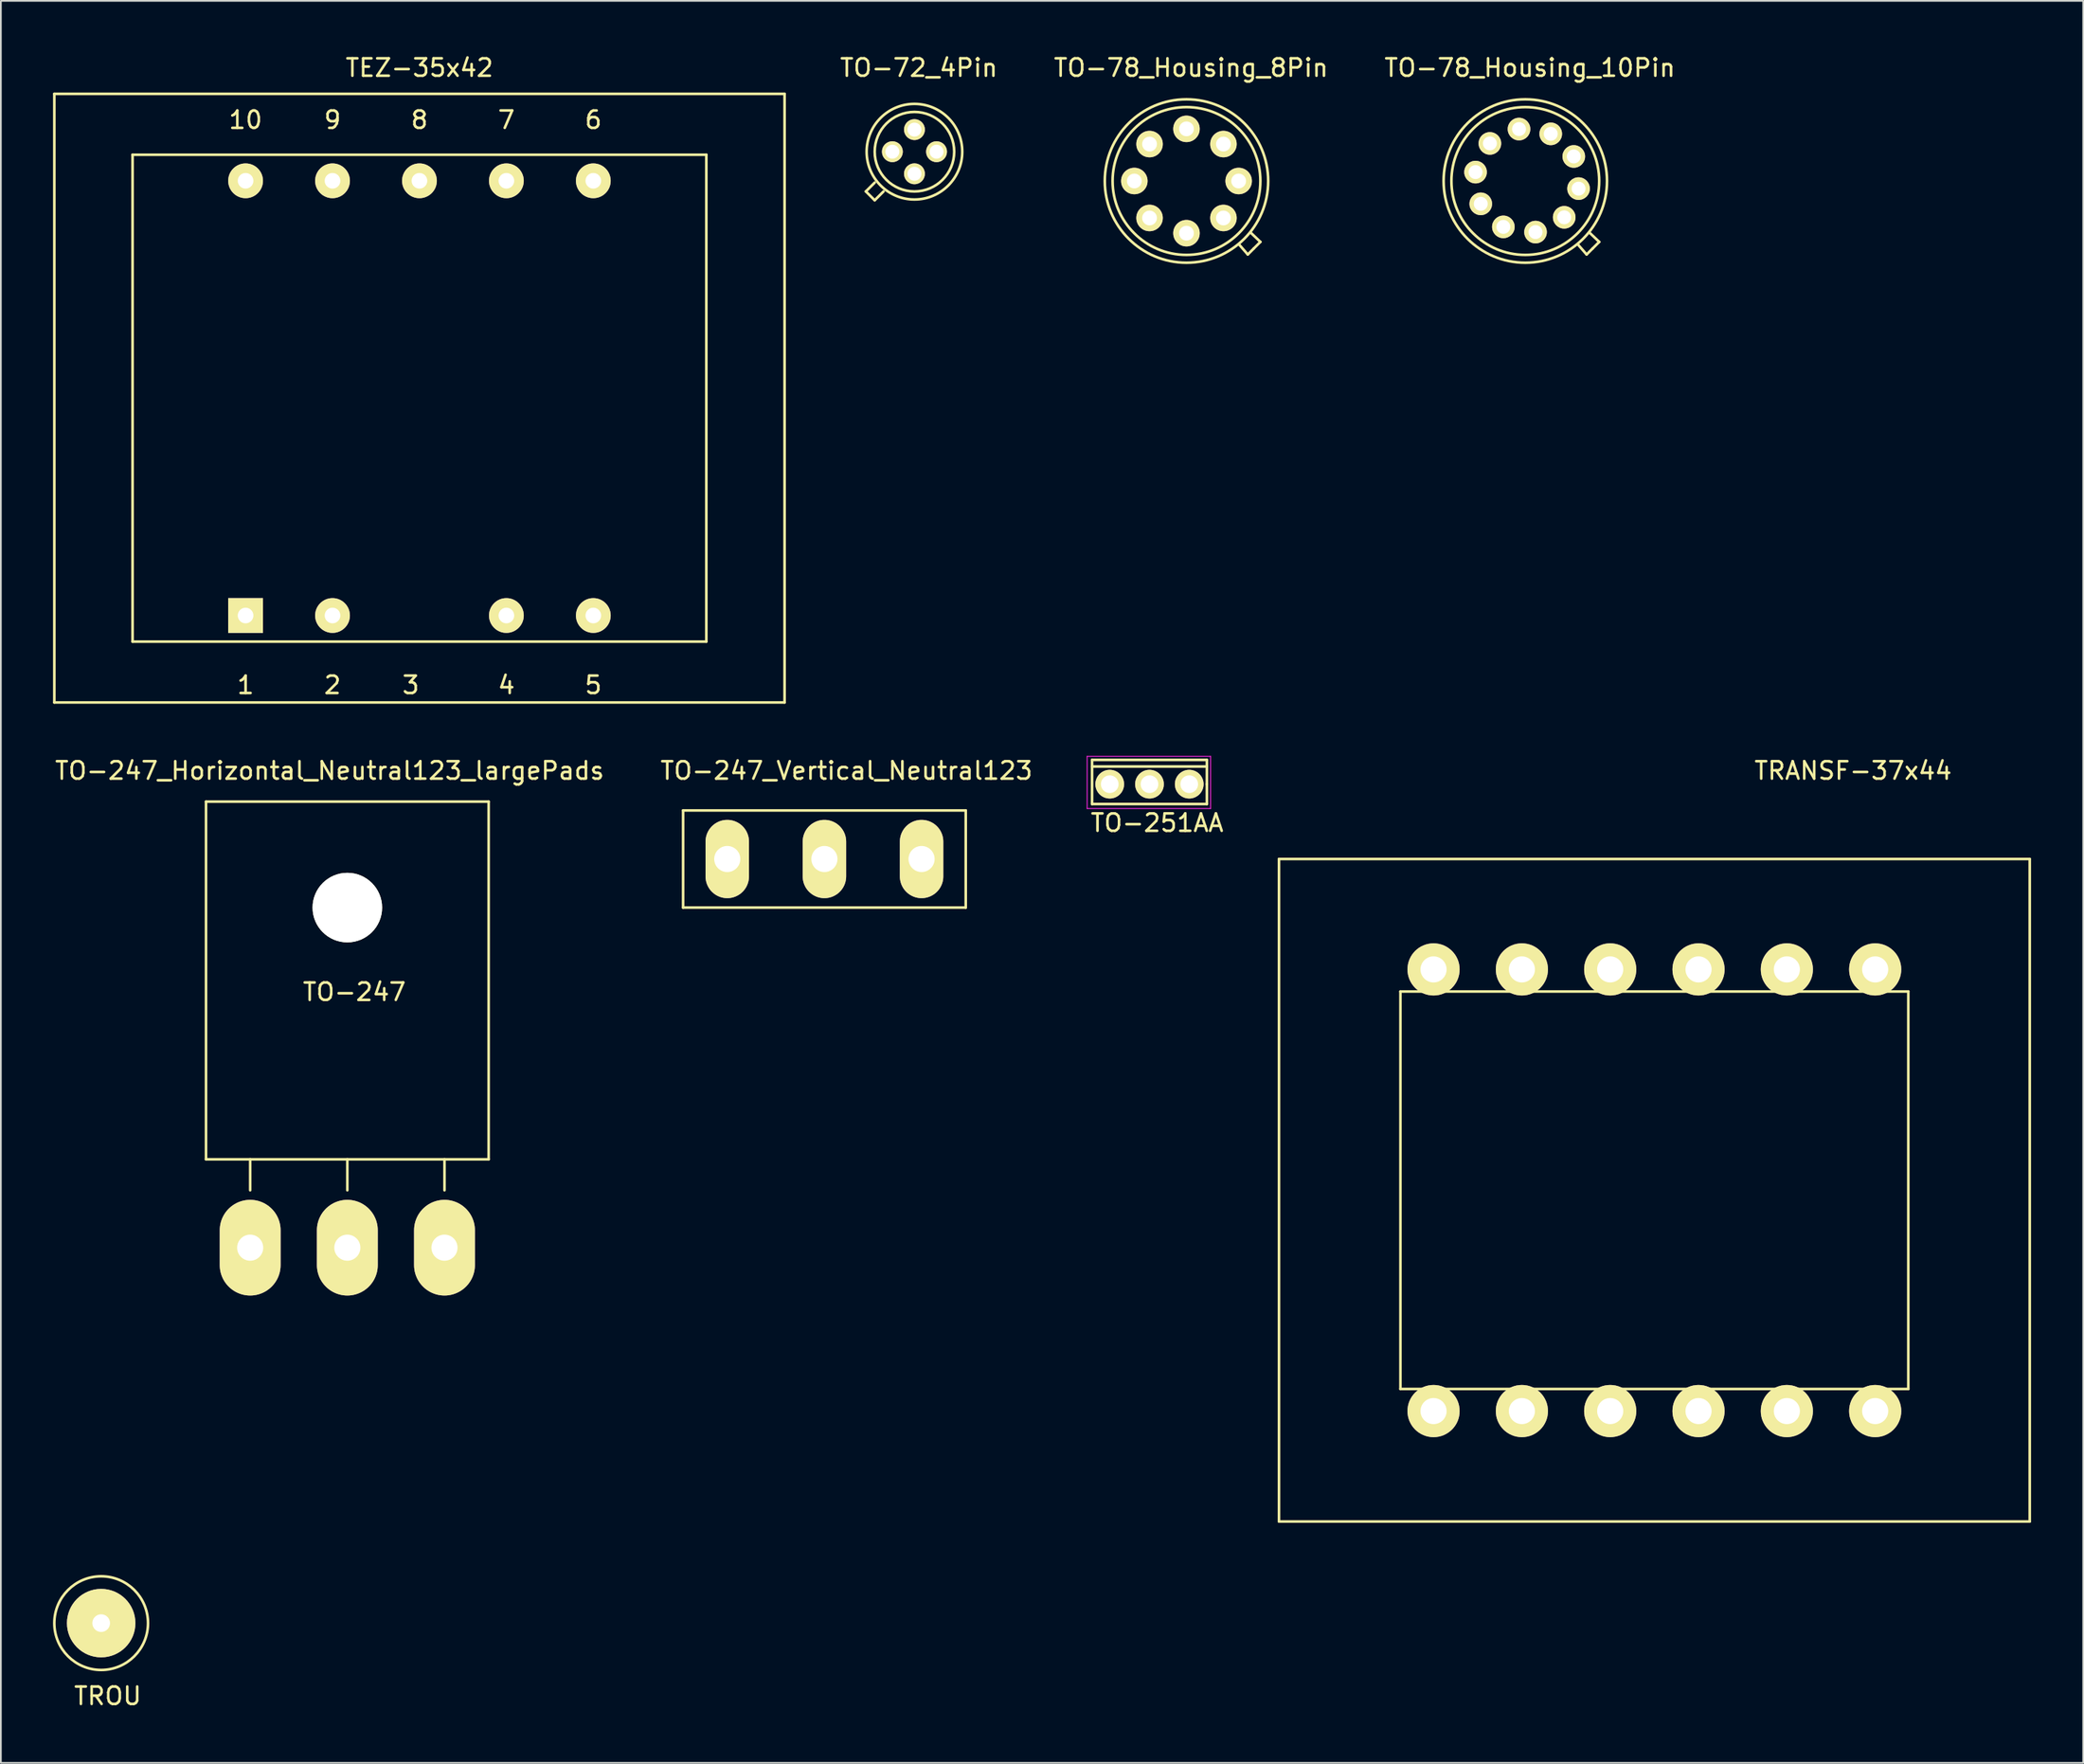
<source format=kicad_pcb>
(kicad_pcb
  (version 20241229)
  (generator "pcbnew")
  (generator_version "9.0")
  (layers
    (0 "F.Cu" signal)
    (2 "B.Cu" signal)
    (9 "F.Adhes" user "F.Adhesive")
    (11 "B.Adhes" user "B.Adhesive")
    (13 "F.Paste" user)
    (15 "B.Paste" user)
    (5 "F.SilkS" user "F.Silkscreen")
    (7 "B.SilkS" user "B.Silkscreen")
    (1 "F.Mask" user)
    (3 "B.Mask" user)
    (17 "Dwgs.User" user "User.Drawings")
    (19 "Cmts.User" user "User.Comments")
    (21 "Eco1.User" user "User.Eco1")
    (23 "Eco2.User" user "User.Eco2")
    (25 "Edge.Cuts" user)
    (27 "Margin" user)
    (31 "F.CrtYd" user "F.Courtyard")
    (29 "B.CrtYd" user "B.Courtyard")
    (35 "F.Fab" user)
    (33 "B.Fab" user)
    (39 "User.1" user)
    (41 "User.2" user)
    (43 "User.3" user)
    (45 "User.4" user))
  (footprint "TO-72_4Pin"
    (layer "F.Cu")
    (at 49.545 5.674)
    (property "Reference" "TO-72_4Pin" (at 0.254 -4.826 0) (layer "F.SilkS") (effects (font (size 1 1) (thickness 0.15))))
    (attr through_hole)
    (fp_line (start -2.794 2.286) (end -2.286 1.778) (stroke (width 0.15) (type solid)) (layer "F.SilkS"))
    (fp_line (start -2.286 2.794) (end -2.794 2.286) (stroke (width 0.15) (type solid)) (layer "F.SilkS"))
    (fp_line (start -1.778 2.286) (end -2.286 2.794) (stroke (width 0.15) (type solid)) (layer "F.SilkS"))
    (fp_circle (center 0 0) (end 2.286 0) (stroke (width 0.15) (type solid)) (fill no) (layer "F.SilkS"))
    (fp_circle (center 0 0) (end 2.75 0) (stroke (width 0.15) (type solid)) (fill no) (layer "F.SilkS"))
    (pad "1" thru_hole circle (at -1.27 0) (size 1.2 1.2) (drill 0.8) (layers "*.Cu" "*.Mask" "F.SilkS"))
    (pad "2" thru_hole circle (at 0 -1.27) (size 1.2 1.2) (drill 0.8) (layers "*.Cu" "*.Mask" "F.SilkS"))
    (pad "3" thru_hole circle (at 1.27 0) (size 1.2 1.2) (drill 0.8) (layers "*.Cu" "*.Mask" "F.SilkS"))
    (pad "4" thru_hole circle (at 0 1.27) (size 1.2 1.2) (drill 0.8) (layers "*.Cu" "*.Mask" "F.SilkS")))
  (footprint "TEZ-35x42"
    (layer "F.Cu")
    (at 21.075 19.848)
    (property "Reference" "TEZ-35x42" (at 0 -19 0) (layer "F.SilkS") (effects (font (size 1 1) (thickness 0.15))))
    (attr through_hole)
    (fp_line (start -21 -17.5) (end 21 -17.5) (stroke (width 0.15) (type solid)) (layer "F.SilkS"))
    (fp_line (start -21 17.5) (end -21 -17.5) (stroke (width 0.15) (type solid)) (layer "F.SilkS"))
    (fp_line (start -16.5 -14) (end 16.5 -14) (stroke (width 0.15) (type solid)) (layer "F.SilkS"))
    (fp_line (start -16.5 14) (end -16.5 -14) (stroke (width 0.15) (type solid)) (layer "F.SilkS"))
    (fp_line (start 16.5 -14) (end 16.5 14) (stroke (width 0.15) (type solid)) (layer "F.SilkS"))
    (fp_line (start 16.5 14) (end -16.5 14) (stroke (width 0.15) (type solid)) (layer "F.SilkS"))
    (fp_line (start 21 -17.5) (end 21 17.5) (stroke (width 0.15) (type solid)) (layer "F.SilkS"))
    (fp_line (start 21 17.5) (end -21 17.5) (stroke (width 0.15) (type solid)) (layer "F.SilkS"))
    (fp_text user "7" (at 5 -16 0) (layer "F.SilkS") (effects (font (size 1 1) (thickness 0.15))))
    (fp_text user "4" (at 5 16.5 0) (layer "F.SilkS") (effects (font (size 1 1) (thickness 0.15))))
    (fp_text user "8" (at 0 -16 0) (layer "F.SilkS") (effects (font (size 1 1) (thickness 0.15))))
    (fp_text user "6" (at 10 -16 0) (layer "F.SilkS") (effects (font (size 1 1) (thickness 0.15))))
    (fp_text user "1" (at -10 16.5 0) (layer "F.SilkS") (effects (font (size 1 1) (thickness 0.15))))
    (fp_text user "9" (at -5 -16 0) (layer "F.SilkS") (effects (font (size 1 1) (thickness 0.15))))
    (fp_text user "2" (at -5 16.5 0) (layer "F.SilkS") (effects (font (size 1 1) (thickness 0.15))))
    (fp_text user "10" (at -10 -16 0) (layer "F.SilkS") (effects (font (size 1 1) (thickness 0.15))))
    (fp_text user "3" (at -0.5 16.5 0) (layer "F.SilkS") (effects (font (size 1 1) (thickness 0.15))))
    (fp_text user "5" (at 10 16.5 0) (layer "F.SilkS") (effects (font (size 1 1) (thickness 0.15))))
    (pad "1" thru_hole rect (at -10 12.5) (size 2 2) (drill 0.9) (layers "*.Cu" "*.Mask" "F.SilkS"))
    (pad "2" thru_hole circle (at -5 12.5) (size 2 2) (drill 0.9) (layers "*.Cu" "*.Mask" "F.SilkS"))
    (pad "4" thru_hole circle (at 5 12.5) (size 2 2) (drill 0.9) (layers "*.Cu" "*.Mask" "F.SilkS"))
    (pad "5" thru_hole circle (at 10 12.5) (size 2 2) (drill 0.9) (layers "*.Cu" "*.Mask" "F.SilkS"))
    (pad "6" thru_hole circle (at 10 -12.5) (size 2 2) (drill 0.9) (layers "*.Cu" "*.Mask" "F.SilkS"))
    (pad "7" thru_hole circle (at 5 -12.5) (size 2 2) (drill 0.9) (layers "*.Cu" "*.Mask" "F.SilkS"))
    (pad "8" thru_hole circle (at 0 -12.5) (size 2 2) (drill 0.9) (layers "*.Cu" "*.Mask" "F.SilkS"))
    (pad "9" thru_hole circle (at -5 -12.5) (size 2 2) (drill 0.9) (layers "*.Cu" "*.Mask" "F.SilkS"))
    (pad "10" thru_hole circle (at -10 -12.5) (size 2 2) (drill 0.9) (layers "*.Cu" "*.Mask" "F.SilkS")))
  (footprint "TROU"
    (layer "F.Cu")
    (at 2.769 90.296)
    (property "Reference" "TROU" (at 0.381 4.191 0) (layer "F.SilkS") (effects (font (size 1 1) (thickness 0.15))))
    (attr through_hole)
    (fp_circle (center 0 0) (end 1.905 1.905) (stroke (width 0.15) (type solid)) (fill no) (layer "F.SilkS"))
    (pad "" thru_hole circle (at 0 0) (size 3.937 3.937) (drill 1.016) (layers "*.Cu" "*.Mask" "F.SilkS")))
  (footprint "TO-251AA"
    (layer "F.Cu")
    (at 60.777 42.048)
    (property "Reference" "TO-251AA" (at 2.725 2.225 180) (layer "F.SilkS") (effects (font (size 1 1) (thickness 0.15))))
    (attr through_hole)
    (fp_line (start -1.016 -1.397) (end -1.016 1.143) (stroke (width 0.15) (type solid)) (layer "F.SilkS"))
    (fp_line (start -1.016 1.143) (end 5.588 1.143) (stroke (width 0.15) (type solid)) (layer "F.SilkS"))
    (fp_line (start 5.588 -1.397) (end -1.016 -1.397) (stroke (width 0.15) (type solid)) (layer "F.SilkS"))
    (fp_line (start 5.588 -1.016) (end -1.016 -1.016) (stroke (width 0.15) (type solid)) (layer "F.SilkS"))
    (fp_line (start 5.588 0) (end 5.588 -1.397) (stroke (width 0.15) (type solid)) (layer "F.SilkS"))
    (fp_line (start 5.588 1.143) (end 5.588 0) (stroke (width 0.15) (type solid)) (layer "F.SilkS"))
    (fp_line (start -1.3 -1.6) (end -1.3 1.4) (stroke (width 0.05) (type solid)) (layer "F.CrtYd"))
    (fp_line (start -1.3 -1.6) (end 5.8 -1.6) (stroke (width 0.05) (type solid)) (layer "F.CrtYd"))
    (fp_line (start -1.3 1.4) (end 5.8 1.4) (stroke (width 0.05) (type solid)) (layer "F.CrtYd"))
    (fp_line (start 5.8 -1.6) (end 5.8 1.4) (stroke (width 0.05) (type solid)) (layer "F.CrtYd"))
    (pad "1" thru_hole circle (at 0 0 180) (size 1.651 1.651) (drill 1.016) (layers "*.Cu" "*.Mask" "F.SilkS"))
    (pad "2" thru_hole circle (at 2.286 0 180) (size 1.651 1.651) (drill 1.016) (layers "*.Cu" "*.Mask" "F.SilkS"))
    (pad "3" thru_hole circle (at 4.572 0 180) (size 1.651 1.651) (drill 1.016) (layers "*.Cu" "*.Mask" "F.SilkS")))
  (footprint "TO-247_Vertical_Neutral123"
    (layer "F.Cu")
    (at 44.367 46.352)
    (property "Reference" "TO-247_Vertical_Neutral123" (at 1.27 -5.08 0) (layer "F.SilkS") (effects (font (size 1 1) (thickness 0.15))))
    (attr through_hole)
    (fp_line (start -8.128 -2.794) (end -8.128 2.794) (stroke (width 0.15) (type solid)) (layer "F.SilkS"))
    (fp_line (start -8.128 2.794) (end 8.128 2.794) (stroke (width 0.15) (type solid)) (layer "F.SilkS"))
    (fp_line (start 8.128 -2.794) (end -8.128 -2.794) (stroke (width 0.15) (type solid)) (layer "F.SilkS"))
    (fp_line (start 8.128 2.794) (end 8.128 -2.794) (stroke (width 0.15) (type solid)) (layer "F.SilkS"))
    (pad "1" thru_hole oval (at -5.588 0 90) (size 4.501 2.499) (drill 1.501) (layers "*.Cu" "*.Mask" "F.SilkS"))
    (pad "2" thru_hole oval (at 0 0 90) (size 4.501 2.499) (drill 1.501) (layers "*.Cu" "*.Mask" "F.SilkS"))
    (pad "3" thru_hole oval (at 5.588 0 90) (size 4.501 2.499) (drill 1.501) (layers "*.Cu" "*.Mask" "F.SilkS")))
  (footprint "TO-247_Horizontal_Neutral123_largePads"
    (layer "F.Cu")
    (at 16.927 68.704)
    (property "Reference" "TO-247_Horizontal_Neutral123_largePads" (at -1.016 -27.432 0) (layer "F.SilkS") (effects (font (size 1 1) (thickness 0.15))))
    (attr through_hole)
    (fp_line (start -8.128 -25.654) (end 8.128 -25.654) (stroke (width 0.15) (type solid)) (layer "F.SilkS"))
    (fp_line (start -8.128 -5.08) (end -8.128 -25.654) (stroke (width 0.15) (type solid)) (layer "F.SilkS"))
    (fp_line (start -5.588 -3.302) (end -5.588 -5.08) (stroke (width 0.15) (type solid)) (layer "F.SilkS"))
    (fp_line (start 0 -3.302) (end 0 -5.08) (stroke (width 0.15) (type solid)) (layer "F.SilkS"))
    (fp_line (start 5.588 -3.302) (end 5.588 -5.08) (stroke (width 0.15) (type solid)) (layer "F.SilkS"))
    (fp_line (start 8.128 -25.654) (end 8.128 -5.08) (stroke (width 0.15) (type solid)) (layer "F.SilkS"))
    (fp_line (start 8.128 -5.08) (end -8.128 -5.08) (stroke (width 0.15) (type solid)) (layer "F.SilkS"))
    (fp_circle (center 0 -19.558) (end 1.778 -19.558) (stroke (width 0.15) (type solid)) (fill no) (layer "F.SilkS"))
    (fp_text user "TO-247" (at 0.406 -14.707 0) (layer "F.SilkS") (effects (font (size 1 1) (thickness 0.15))))
    (pad "" np_thru_hole circle (at 0 -19.558) (size 4 4) (drill 4) (layers "*.Cu" "*.Mask" "F.SilkS"))
    (pad "1" thru_hole oval (at -5.588 0 90) (size 5.502 3.5) (drill 1.501) (layers "*.Cu" "*.Mask" "F.SilkS"))
    (pad "2" thru_hole oval (at 0 0 90) (size 5.502 3.5) (drill 1.501) (layers "*.Cu" "*.Mask" "F.SilkS"))
    (pad "3" thru_hole oval (at 5.588 0 90) (size 5.502 3.5) (drill 1.501) (layers "*.Cu" "*.Mask" "F.SilkS")))
  (footprint "TRANSF-37x44"
    (layer "F.Cu")
    (at 92.102 65.401)
    (property "Reference" "TRANSF-37x44" (at 11.43 -24.13 0) (layer "F.SilkS") (effects (font (size 1 1) (thickness 0.15))))
    (attr through_hole)
    (fp_line (start -21.59 -19.05) (end 21.59 -19.05) (stroke (width 0.15) (type solid)) (layer "F.SilkS"))
    (fp_line (start -21.59 19.05) (end -21.59 -19.05) (stroke (width 0.15) (type solid)) (layer "F.SilkS"))
    (fp_line (start -14.605 -11.43) (end 14.605 -11.43) (stroke (width 0.15) (type solid)) (layer "F.SilkS"))
    (fp_line (start -14.605 11.43) (end -14.605 -11.43) (stroke (width 0.15) (type solid)) (layer "F.SilkS"))
    (fp_line (start 14.605 -11.43) (end 14.605 11.43) (stroke (width 0.15) (type solid)) (layer "F.SilkS"))
    (fp_line (start 14.605 11.43) (end -14.605 11.43) (stroke (width 0.15) (type solid)) (layer "F.SilkS"))
    (fp_line (start 21.59 -19.05) (end 21.59 19.05) (stroke (width 0.15) (type solid)) (layer "F.SilkS"))
    (fp_line (start 21.59 19.05) (end -21.59 19.05) (stroke (width 0.15) (type solid)) (layer "F.SilkS"))
    (pad "" thru_hole circle (at -12.7 -12.7) (size 3 3) (drill 1.501) (layers "*.Cu" "*.Mask" "F.SilkS"))
    (pad "" thru_hole circle (at -7.62 12.7) (size 3 3) (drill 1.501) (layers "*.Cu" "*.Mask" "F.SilkS"))
    (pad "" thru_hole circle (at -2.54 -12.7) (size 3 3) (drill 1.501) (layers "*.Cu" "*.Mask" "F.SilkS"))
    (pad "" thru_hole circle (at 2.54 -12.7) (size 3 3) (drill 1.501) (layers "*.Cu" "*.Mask" "F.SilkS"))
    (pad "" thru_hole circle (at 2.54 12.7) (size 3 3) (drill 1.501) (layers "*.Cu" "*.Mask" "F.SilkS"))
    (pad "" thru_hole circle (at 7.62 -12.7) (size 3 3) (drill 1.501) (layers "*.Cu" "*.Mask" "F.SilkS"))
    (pad "" thru_hole circle (at 7.62 12.7) (size 3 3) (drill 1.501) (layers "*.Cu" "*.Mask" "F.SilkS"))
    (pad "" thru_hole circle (at 12.7 12.7) (size 3 3) (drill 1.501) (layers "*.Cu" "*.Mask" "F.SilkS"))
    (pad "1" thru_hole circle (at -7.62 -12.7) (size 3 3) (drill 1.501) (layers "*.Cu" "*.Mask" "F.SilkS"))
    (pad "2" thru_hole circle (at 12.7 -12.7) (size 3 3) (drill 1.501) (layers "*.Cu" "*.Mask" "F.SilkS"))
    (pad "3" thru_hole circle (at -2.54 12.7) (size 3 3) (drill 1.501) (layers "*.Cu" "*.Mask" "F.SilkS"))
    (pad "4" thru_hole circle (at -12.7 12.7) (size 3 3) (drill 1.501) (layers "*.Cu" "*.Mask" "F.SilkS")))
  (footprint "TO-78_Housing_8Pin"
    (layer "F.Cu")
    (at 65.304 7.323)
    (property "Reference" "TO-78_Housing_8Pin" (at 0.15 -6.475 0) (layer "F.SilkS") (effects (font (size 1 1) (thickness 0.15))))
    (attr through_hole)
    (fp_line (start 3.413 4.263) (end 2.913 3.688) (stroke (width 0.15) (type solid)) (layer "F.SilkS"))
    (fp_line (start 3.763 3.913) (end 3.413 4.263) (stroke (width 0.15) (type solid)) (layer "F.SilkS"))
    (fp_line (start 3.763 3.913) (end 4.138 3.538) (stroke (width 0.15) (type solid)) (layer "F.SilkS"))
    (fp_line (start 4.138 3.538) (end 3.587 3.013) (stroke (width 0.15) (type solid)) (layer "F.SilkS"))
    (fp_circle (center -0.113 0.037) (end -0.113 -4.662) (stroke (width 0.15) (type solid)) (fill no) (layer "F.SilkS"))
    (fp_circle (center -0.113 0.037) (end -0.113 -4.213) (stroke (width 0.15) (type solid)) (fill no) (layer "F.SilkS"))
    (pad "1" thru_hole circle (at -0.113 3.038 90) (size 1.524 1.524) (drill 0.85) (layers "*.Cu" "*.Mask" "F.SilkS"))
    (pad "1" thru_hole circle (at 2.888 0.037 90) (size 1.524 1.524) (drill 0.85) (layers "*.Cu" "*.Mask" "F.SilkS"))
    (pad "2" thru_hole circle (at -2.237 2.163 90) (size 1.524 1.524) (drill 0.85) (layers "*.Cu" "*.Mask" "F.SilkS"))
    (pad "2" thru_hole circle (at 2.013 -2.087 90) (size 1.524 1.524) (drill 0.85) (layers "*.Cu" "*.Mask" "F.SilkS"))
    (pad "3" thru_hole circle (at -3.112 0.037 90) (size 1.524 1.524) (drill 0.85) (layers "*.Cu" "*.Mask" "F.SilkS"))
    (pad "4" thru_hole circle (at -2.237 -2.087 90) (size 1.524 1.524) (drill 0.85) (layers "*.Cu" "*.Mask" "F.SilkS"))
    (pad "5" thru_hole circle (at -0.113 -2.962 90) (size 1.524 1.524) (drill 0.85) (layers "*.Cu" "*.Mask" "F.SilkS"))
    (pad "8" thru_hole circle (at 2.013 2.163 90) (size 1.524 1.524) (drill 0.85) (layers "*.Cu" "*.Mask" "F.SilkS")))
  (footprint "TO-78_Housing_10Pin"
    (layer "F.Cu")
    (at 84.792 7.323)
    (property "Reference" "TO-78_Housing_10Pin" (at 0.15 -6.475 0) (layer "F.SilkS") (effects (font (size 1 1) (thickness 0.15))))
    (attr through_hole)
    (fp_line (start 3.413 4.263) (end 2.913 3.688) (stroke (width 0.15) (type solid)) (layer "F.SilkS"))
    (fp_line (start 3.763 3.913) (end 3.413 4.263) (stroke (width 0.15) (type solid)) (layer "F.SilkS"))
    (fp_line (start 3.763 3.913) (end 4.138 3.538) (stroke (width 0.15) (type solid)) (layer "F.SilkS"))
    (fp_line (start 4.138 3.538) (end 3.587 3.013) (stroke (width 0.15) (type solid)) (layer "F.SilkS"))
    (fp_circle (center -0.113 0.037) (end -0.113 -4.662) (stroke (width 0.15) (type solid)) (fill no) (layer "F.SilkS"))
    (fp_circle (center -0.113 0.037) (end -0.113 -4.213) (stroke (width 0.15) (type solid)) (fill no) (layer "F.SilkS"))
    (pad "1" thru_hole circle (at 2.95 0.475) (size 1.3 1.3) (drill 0.8) (layers "*.Cu" "*.Mask" "F.SilkS"))
    (pad "2" thru_hole circle (at 2.675 -1.375) (size 1.3 1.3) (drill 0.8) (layers "*.Cu" "*.Mask" "F.SilkS"))
    (pad "3" thru_hole circle (at 1.35 -2.675) (size 1.3 1.3) (drill 0.8) (layers "*.Cu" "*.Mask" "F.SilkS"))
    (pad "4" thru_hole circle (at -0.475 -2.95) (size 1.3 1.3) (drill 0.8) (layers "*.Cu" "*.Mask" "F.SilkS"))
    (pad "5" thru_hole circle (at -2.15 -2.125) (size 1.3 1.3) (drill 0.8) (layers "*.Cu" "*.Mask" "F.SilkS"))
    (pad "6" thru_hole circle (at -2.975 -0.475) (size 1.3 1.3) (drill 0.8) (layers "*.Cu" "*.Mask" "F.SilkS"))
    (pad "7" thru_hole circle (at -2.675 1.35) (size 1.3 1.3) (drill 0.8) (layers "*.Cu" "*.Mask" "F.SilkS"))
    (pad "8" thru_hole circle (at -1.375 2.675) (size 1.3 1.3) (drill 0.8) (layers "*.Cu" "*.Mask" "F.SilkS"))
    (pad "9" thru_hole circle (at 0.475 2.975) (size 1.3 1.3) (drill 0.8) (layers "*.Cu" "*.Mask" "F.SilkS"))
    (pad "10" thru_hole circle (at 2.125 2.125) (size 1.3 1.3) (drill 0.8) (layers "*.Cu" "*.Mask" "F.SilkS")))
  (gr_rect
    (start -3 -3)
    (end 116.767 98.335)
    (stroke (width 0.1) (type default))
    (fill no)
    (layer "Edge.Cuts")))
</source>
